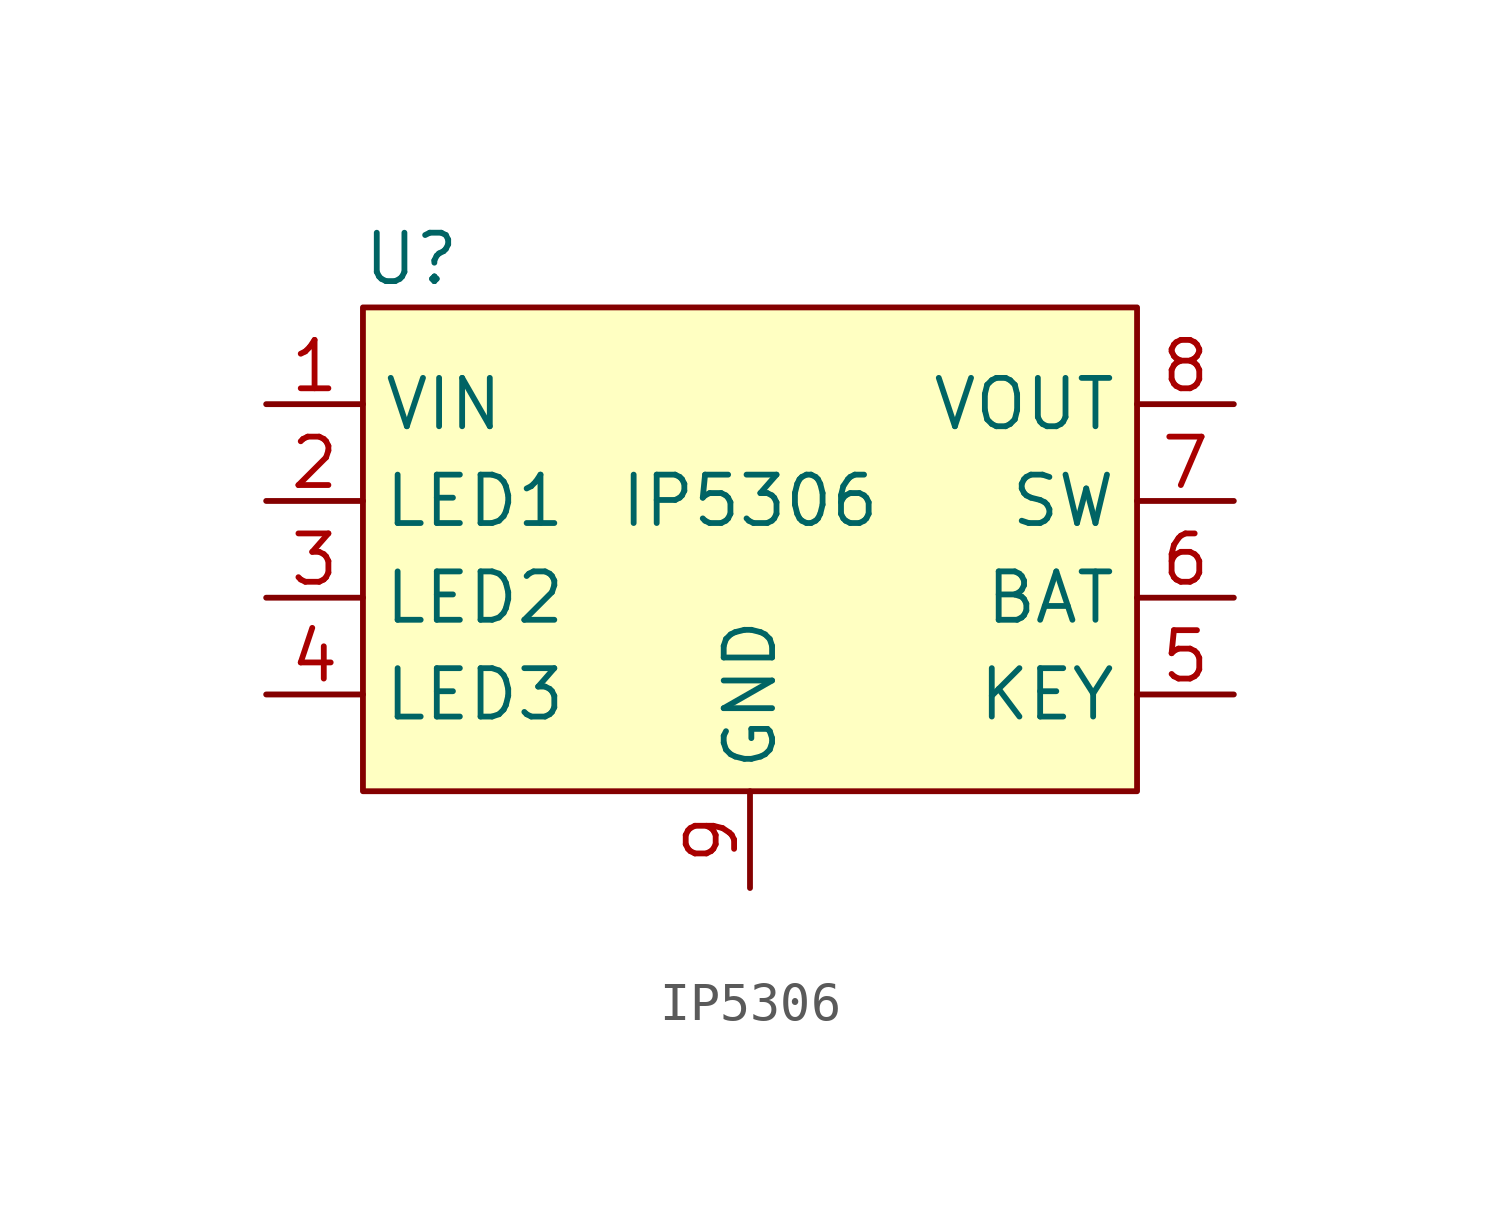
<source format=kicad_sym>
(kicad_symbol_lib
  (version 20220914)
  (generator kicad_symbol_editor)
  (symbol "IP5306"
    (property "Reference" "U"
      (at -8.89 13.97 0)
      (effects (font (size 1.27 1.27))))
    (property "Value" "IP5306"
      (at 0 7.62 0)
      (effects (font (size 1.27 1.27))))
    (symbol "IP5306_0_1"
      (rectangle (start -10.16 12.7) (end 10.16 0) (stroke (width 0) (type default)) (fill (type background))))
    (symbol "IP5306_1_1"
      (pin power_in line (at -12.7 10.16 0) (length 2.54) (name "VIN" (effects (font (size 1.27 1.27)))) (number "1" (effects (font (size 1.27 1.27)))))
      (pin output line (at -12.7 7.62 0) (length 2.54) (name "LED1" (effects (font (size 1.27 1.27)))) (number "2" (effects (font (size 1.27 1.27)))))
      (pin output line (at -12.7 5.08 0) (length 2.54) (name "LED2" (effects (font (size 1.27 1.27)))) (number "3" (effects (font (size 1.27 1.27)))))
      (pin output line (at -12.7 2.54 0) (length 2.54) (name "LED3" (effects (font (size 1.27 1.27)))) (number "4" (effects (font (size 1.27 1.27)))))
      (pin bidirectional line (at 12.7 2.54 180) (length 2.54) (name "KEY" (effects (font (size 1.27 1.27)))) (number "5" (effects (font (size 1.27 1.27)))))
      (pin input line (at 12.7 5.08 180) (length 2.54) (name "BAT" (effects (font (size 1.27 1.27)))) (number "6" (effects (font (size 1.27 1.27)))))
      (pin open_emitter line (at 12.7 7.62 180) (length 2.54) (name "SW" (effects (font (size 1.27 1.27)))) (number "7" (effects (font (size 1.27 1.27)))))
      (pin power_out line (at 12.7 10.16 180) (length 2.54) (name "VOUT" (effects (font (size 1.27 1.27)))) (number "8" (effects (font (size 1.27 1.27)))))
      (pin power_in line (at 0 -2.54 90) (length 2.54) (name "GND" (effects (font (size 1.27 1.27)))) (number "9" (effects (font (size 1.27 1.27))))))))
</source>
